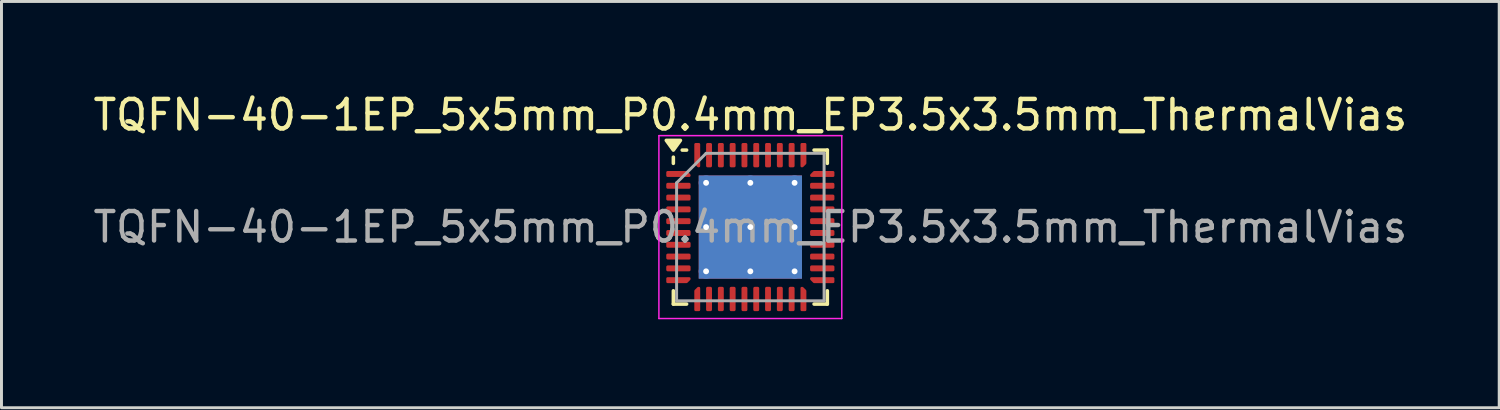
<source format=kicad_pcb>
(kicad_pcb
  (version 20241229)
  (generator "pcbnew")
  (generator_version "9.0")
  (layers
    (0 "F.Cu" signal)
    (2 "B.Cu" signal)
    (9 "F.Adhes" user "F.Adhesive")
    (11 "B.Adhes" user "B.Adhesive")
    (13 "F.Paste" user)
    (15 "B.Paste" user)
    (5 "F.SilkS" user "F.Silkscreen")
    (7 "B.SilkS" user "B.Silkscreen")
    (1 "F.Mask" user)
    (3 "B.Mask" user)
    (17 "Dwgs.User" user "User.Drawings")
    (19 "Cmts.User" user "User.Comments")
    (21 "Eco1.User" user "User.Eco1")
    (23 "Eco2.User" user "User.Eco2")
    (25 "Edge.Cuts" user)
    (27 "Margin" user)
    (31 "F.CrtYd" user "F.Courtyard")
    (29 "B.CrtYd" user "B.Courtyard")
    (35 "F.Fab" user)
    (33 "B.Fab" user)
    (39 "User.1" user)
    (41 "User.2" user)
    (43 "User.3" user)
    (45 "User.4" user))
  (footprint "TQFN-40-1EP_5x5mm_P0.4mm_EP3.5x3.5mm_ThermalVias"
    (layer "F.Cu")
    (at 22.387 4.648)
    (property "Reference" "TQFN-40-1EP_5x5mm_P0.4mm_EP3.5x3.5mm_ThermalVias" (at 0 -3.8 0) (layer "F.SilkS") (effects (font (size 1 1) (thickness 0.15))))
    (attr smd)
    (fp_line (start -2.61 -2.16) (end -2.61 -2.37) (stroke (width 0.12) (type solid)) (layer "F.SilkS"))
    (fp_line (start -2.61 2.61) (end -2.61 2.16) (stroke (width 0.12) (type solid)) (layer "F.SilkS"))
    (fp_line (start -2.16 -2.61) (end -2.31 -2.61) (stroke (width 0.12) (type solid)) (layer "F.SilkS"))
    (fp_line (start -2.16 2.61) (end -2.61 2.61) (stroke (width 0.12) (type solid)) (layer "F.SilkS"))
    (fp_line (start 2.16 -2.61) (end 2.61 -2.61) (stroke (width 0.12) (type solid)) (layer "F.SilkS"))
    (fp_line (start 2.16 2.61) (end 2.61 2.61) (stroke (width 0.12) (type solid)) (layer "F.SilkS"))
    (fp_line (start 2.61 -2.61) (end 2.61 -2.16) (stroke (width 0.12) (type solid)) (layer "F.SilkS"))
    (fp_line (start 2.61 2.61) (end 2.61 2.16) (stroke (width 0.12) (type solid)) (layer "F.SilkS"))
    (fp_poly (pts (xy -2.61 -2.61) (xy -2.85 -2.94) (xy -2.37 -2.94) (xy -2.61 -2.61)) (stroke (width 0.12) (type solid)) (fill yes) (layer "F.SilkS"))
    (fp_line (start -3.1 -3.1) (end -3.1 3.1) (stroke (width 0.05) (type solid)) (layer "F.CrtYd"))
    (fp_line (start -3.1 3.1) (end 3.1 3.1) (stroke (width 0.05) (type solid)) (layer "F.CrtYd"))
    (fp_line (start 3.1 -3.1) (end -3.1 -3.1) (stroke (width 0.05) (type solid)) (layer "F.CrtYd"))
    (fp_line (start 3.1 3.1) (end 3.1 -3.1) (stroke (width 0.05) (type solid)) (layer "F.CrtYd"))
    (fp_line (start -2.5 -1.5) (end -1.5 -2.5) (stroke (width 0.1) (type solid)) (layer "F.Fab"))
    (fp_line (start -2.5 2.5) (end -2.5 -1.5) (stroke (width 0.1) (type solid)) (layer "F.Fab"))
    (fp_line (start -1.5 -2.5) (end 2.5 -2.5) (stroke (width 0.1) (type solid)) (layer "F.Fab"))
    (fp_line (start 2.5 -2.5) (end 2.5 2.5) (stroke (width 0.1) (type solid)) (layer "F.Fab"))
    (fp_line (start 2.5 2.5) (end -2.5 2.5) (stroke (width 0.1) (type solid)) (layer "F.Fab"))
    (fp_text user "${REFERENCE}" (at 0 0 0) (layer "F.Fab") (effects (font (size 1 1) (thickness 0.15))))
    (pad "" smd roundrect (at -0.875 -0.875) (size 1.52 1.52) (layers "F.Paste") (roundrect_rratio 0.164))
    (pad "" smd roundrect (at -0.875 0.875) (size 1.52 1.52) (layers "F.Paste") (roundrect_rratio 0.164))
    (pad "" smd roundrect (at 0.875 -0.875) (size 1.52 1.52) (layers "F.Paste") (roundrect_rratio 0.164))
    (pad "" smd roundrect (at 0.875 0.875) (size 1.52 1.52) (layers "F.Paste") (roundrect_rratio 0.164))
    (pad "1" smd custom (at -2.438 -1.8) (size 0.115 0.115) (layers "F.Cu" "F.Mask" "F.Paste") (options (anchor circle)) (primitives (gr_poly (pts (xy -0.372 -0.06) (xy 0.276 -0.06) (xy 0.372 0.037) (xy 0.372 0.06) (xy -0.372 0.06)) (width 0.08) (fill yes))))
    (pad "2" smd roundrect (at -2.438 -1.4) (size 0.825 0.2) (layers "F.Cu" "F.Mask" "F.Paste") (roundrect_rratio 0.25))
    (pad "3" smd roundrect (at -2.438 -1) (size 0.825 0.2) (layers "F.Cu" "F.Mask" "F.Paste") (roundrect_rratio 0.25))
    (pad "4" smd roundrect (at -2.438 -0.6) (size 0.825 0.2) (layers "F.Cu" "F.Mask" "F.Paste") (roundrect_rratio 0.25))
    (pad "5" smd roundrect (at -2.438 -0.2) (size 0.825 0.2) (layers "F.Cu" "F.Mask" "F.Paste") (roundrect_rratio 0.25))
    (pad "6" smd roundrect (at -2.438 0.2) (size 0.825 0.2) (layers "F.Cu" "F.Mask" "F.Paste") (roundrect_rratio 0.25))
    (pad "7" smd roundrect (at -2.438 0.6) (size 0.825 0.2) (layers "F.Cu" "F.Mask" "F.Paste") (roundrect_rratio 0.25))
    (pad "8" smd roundrect (at -2.438 1) (size 0.825 0.2) (layers "F.Cu" "F.Mask" "F.Paste") (roundrect_rratio 0.25))
    (pad "9" smd roundrect (at -2.438 1.4) (size 0.825 0.2) (layers "F.Cu" "F.Mask" "F.Paste") (roundrect_rratio 0.25))
    (pad "10" smd custom (at -2.438 1.8) (size 0.115 0.115) (layers "F.Cu" "F.Mask" "F.Paste") (options (anchor circle)) (primitives (gr_poly (pts (xy -0.372 -0.06) (xy 0.372 -0.06) (xy 0.372 -0.037) (xy 0.276 0.06) (xy -0.372 0.06)) (width 0.08) (fill yes))))
    (pad "11" smd custom (at -1.8 2.438) (size 0.115 0.115) (layers "F.Cu" "F.Mask" "F.Paste") (options (anchor circle)) (primitives (gr_poly (pts (xy -0.06 -0.276) (xy 0.037 -0.372) (xy 0.06 -0.372) (xy 0.06 0.372) (xy -0.06 0.372)) (width 0.08) (fill yes))))
    (pad "12" smd roundrect (at -1.4 2.438) (size 0.2 0.825) (layers "F.Cu" "F.Mask" "F.Paste") (roundrect_rratio 0.25))
    (pad "13" smd roundrect (at -1 2.438) (size 0.2 0.825) (layers "F.Cu" "F.Mask" "F.Paste") (roundrect_rratio 0.25))
    (pad "14" smd roundrect (at -0.6 2.438) (size 0.2 0.825) (layers "F.Cu" "F.Mask" "F.Paste") (roundrect_rratio 0.25))
    (pad "15" smd roundrect (at -0.2 2.438) (size 0.2 0.825) (layers "F.Cu" "F.Mask" "F.Paste") (roundrect_rratio 0.25))
    (pad "16" smd roundrect (at 0.2 2.438) (size 0.2 0.825) (layers "F.Cu" "F.Mask" "F.Paste") (roundrect_rratio 0.25))
    (pad "17" smd roundrect (at 0.6 2.438) (size 0.2 0.825) (layers "F.Cu" "F.Mask" "F.Paste") (roundrect_rratio 0.25))
    (pad "18" smd roundrect (at 1 2.438) (size 0.2 0.825) (layers "F.Cu" "F.Mask" "F.Paste") (roundrect_rratio 0.25))
    (pad "19" smd roundrect (at 1.4 2.438) (size 0.2 0.825) (layers "F.Cu" "F.Mask" "F.Paste") (roundrect_rratio 0.25))
    (pad "20" smd custom (at 1.8 2.438) (size 0.115 0.115) (layers "F.Cu" "F.Mask" "F.Paste") (options (anchor circle)) (primitives (gr_poly (pts (xy -0.06 -0.372) (xy -0.037 -0.372) (xy 0.06 -0.276) (xy 0.06 0.372) (xy -0.06 0.372)) (width 0.08) (fill yes))))
    (pad "21" smd custom (at 2.438 1.8) (size 0.115 0.115) (layers "F.Cu" "F.Mask" "F.Paste") (options (anchor circle)) (primitives (gr_poly (pts (xy -0.372 -0.06) (xy 0.372 -0.06) (xy 0.372 0.06) (xy -0.276 0.06) (xy -0.372 -0.037)) (width 0.08) (fill yes))))
    (pad "22" smd roundrect (at 2.438 1.4) (size 0.825 0.2) (layers "F.Cu" "F.Mask" "F.Paste") (roundrect_rratio 0.25))
    (pad "23" smd roundrect (at 2.438 1) (size 0.825 0.2) (layers "F.Cu" "F.Mask" "F.Paste") (roundrect_rratio 0.25))
    (pad "24" smd roundrect (at 2.438 0.6) (size 0.825 0.2) (layers "F.Cu" "F.Mask" "F.Paste") (roundrect_rratio 0.25))
    (pad "25" smd roundrect (at 2.438 0.2) (size 0.825 0.2) (layers "F.Cu" "F.Mask" "F.Paste") (roundrect_rratio 0.25))
    (pad "26" smd roundrect (at 2.438 -0.2) (size 0.825 0.2) (layers "F.Cu" "F.Mask" "F.Paste") (roundrect_rratio 0.25))
    (pad "27" smd roundrect (at 2.438 -0.6) (size 0.825 0.2) (layers "F.Cu" "F.Mask" "F.Paste") (roundrect_rratio 0.25))
    (pad "28" smd roundrect (at 2.438 -1) (size 0.825 0.2) (layers "F.Cu" "F.Mask" "F.Paste") (roundrect_rratio 0.25))
    (pad "29" smd roundrect (at 2.438 -1.4) (size 0.825 0.2) (layers "F.Cu" "F.Mask" "F.Paste") (roundrect_rratio 0.25))
    (pad "30" smd custom (at 2.438 -1.8) (size 0.115 0.115) (layers "F.Cu" "F.Mask" "F.Paste") (options (anchor circle)) (primitives (gr_poly (pts (xy -0.372 0.037) (xy -0.276 -0.06) (xy 0.372 -0.06) (xy 0.372 0.06) (xy -0.372 0.06)) (width 0.08) (fill yes))))
    (pad "31" smd custom (at 1.8 -2.438) (size 0.115 0.115) (layers "F.Cu" "F.Mask" "F.Paste") (options (anchor circle)) (primitives (gr_poly (pts (xy -0.06 -0.372) (xy 0.06 -0.372) (xy 0.06 0.276) (xy -0.037 0.372) (xy -0.06 0.372)) (width 0.08) (fill yes))))
    (pad "32" smd roundrect (at 1.4 -2.438) (size 0.2 0.825) (layers "F.Cu" "F.Mask" "F.Paste") (roundrect_rratio 0.25))
    (pad "33" smd roundrect (at 1 -2.438) (size 0.2 0.825) (layers "F.Cu" "F.Mask" "F.Paste") (roundrect_rratio 0.25))
    (pad "34" smd roundrect (at 0.6 -2.438) (size 0.2 0.825) (layers "F.Cu" "F.Mask" "F.Paste") (roundrect_rratio 0.25))
    (pad "35" smd roundrect (at 0.2 -2.438) (size 0.2 0.825) (layers "F.Cu" "F.Mask" "F.Paste") (roundrect_rratio 0.25))
    (pad "36" smd roundrect (at -0.2 -2.438) (size 0.2 0.825) (layers "F.Cu" "F.Mask" "F.Paste") (roundrect_rratio 0.25))
    (pad "37" smd roundrect (at -0.6 -2.438) (size 0.2 0.825) (layers "F.Cu" "F.Mask" "F.Paste") (roundrect_rratio 0.25))
    (pad "38" smd roundrect (at -1 -2.438) (size 0.2 0.825) (layers "F.Cu" "F.Mask" "F.Paste") (roundrect_rratio 0.25))
    (pad "39" smd roundrect (at -1.4 -2.438) (size 0.2 0.825) (layers "F.Cu" "F.Mask" "F.Paste") (roundrect_rratio 0.25))
    (pad "40" smd custom (at -1.8 -2.438) (size 0.115 0.115) (layers "F.Cu" "F.Mask" "F.Paste") (options (anchor circle)) (primitives (gr_poly (pts (xy -0.06 -0.372) (xy 0.06 -0.372) (xy 0.06 0.372) (xy 0.037 0.372) (xy -0.06 0.276)) (width 0.08) (fill yes))))
    (pad "41" thru_hole circle (at -1.5 -1.5) (size 0.5 0.5) (drill 0.2) (property pad_prop_heatsink) (layers "*.Cu"))
    (pad "41" thru_hole circle (at -1.5 0) (size 0.5 0.5) (drill 0.2) (property pad_prop_heatsink) (layers "*.Cu"))
    (pad "41" thru_hole circle (at -1.5 1.5) (size 0.5 0.5) (drill 0.2) (property pad_prop_heatsink) (layers "*.Cu"))
    (pad "41" thru_hole circle (at 0 -1.5) (size 0.5 0.5) (drill 0.2) (property pad_prop_heatsink) (layers "*.Cu"))
    (pad "41" thru_hole circle (at 0 0) (size 0.5 0.5) (drill 0.2) (property pad_prop_heatsink) (layers "*.Cu"))
    (pad "41" smd rect (at 0 0) (size 3.5 3.5) (property pad_prop_heatsink) (layers "F.Cu" "F.Mask"))
    (pad "41" smd rect (at 0 0) (size 3.5 3.5) (property pad_prop_heatsink) (layers "B.Cu"))
    (pad "41" thru_hole circle (at 0 1.5) (size 0.5 0.5) (drill 0.2) (property pad_prop_heatsink) (layers "*.Cu"))
    (pad "41" thru_hole circle (at 1.5 -1.5) (size 0.5 0.5) (drill 0.2) (property pad_prop_heatsink) (layers "*.Cu"))
    (pad "41" thru_hole circle (at 1.5 0) (size 0.5 0.5) (drill 0.2) (property pad_prop_heatsink) (layers "*.Cu"))
    (pad "41" thru_hole circle (at 1.5 1.5) (size 0.5 0.5) (drill 0.2) (property pad_prop_heatsink) (layers "*.Cu")))
  (gr_rect
    (start -3 -3)
    (end 47.774 10.773)
    (stroke (width 0.1) (type default))
    (fill no)
    (layer "Edge.Cuts")))
</source>
